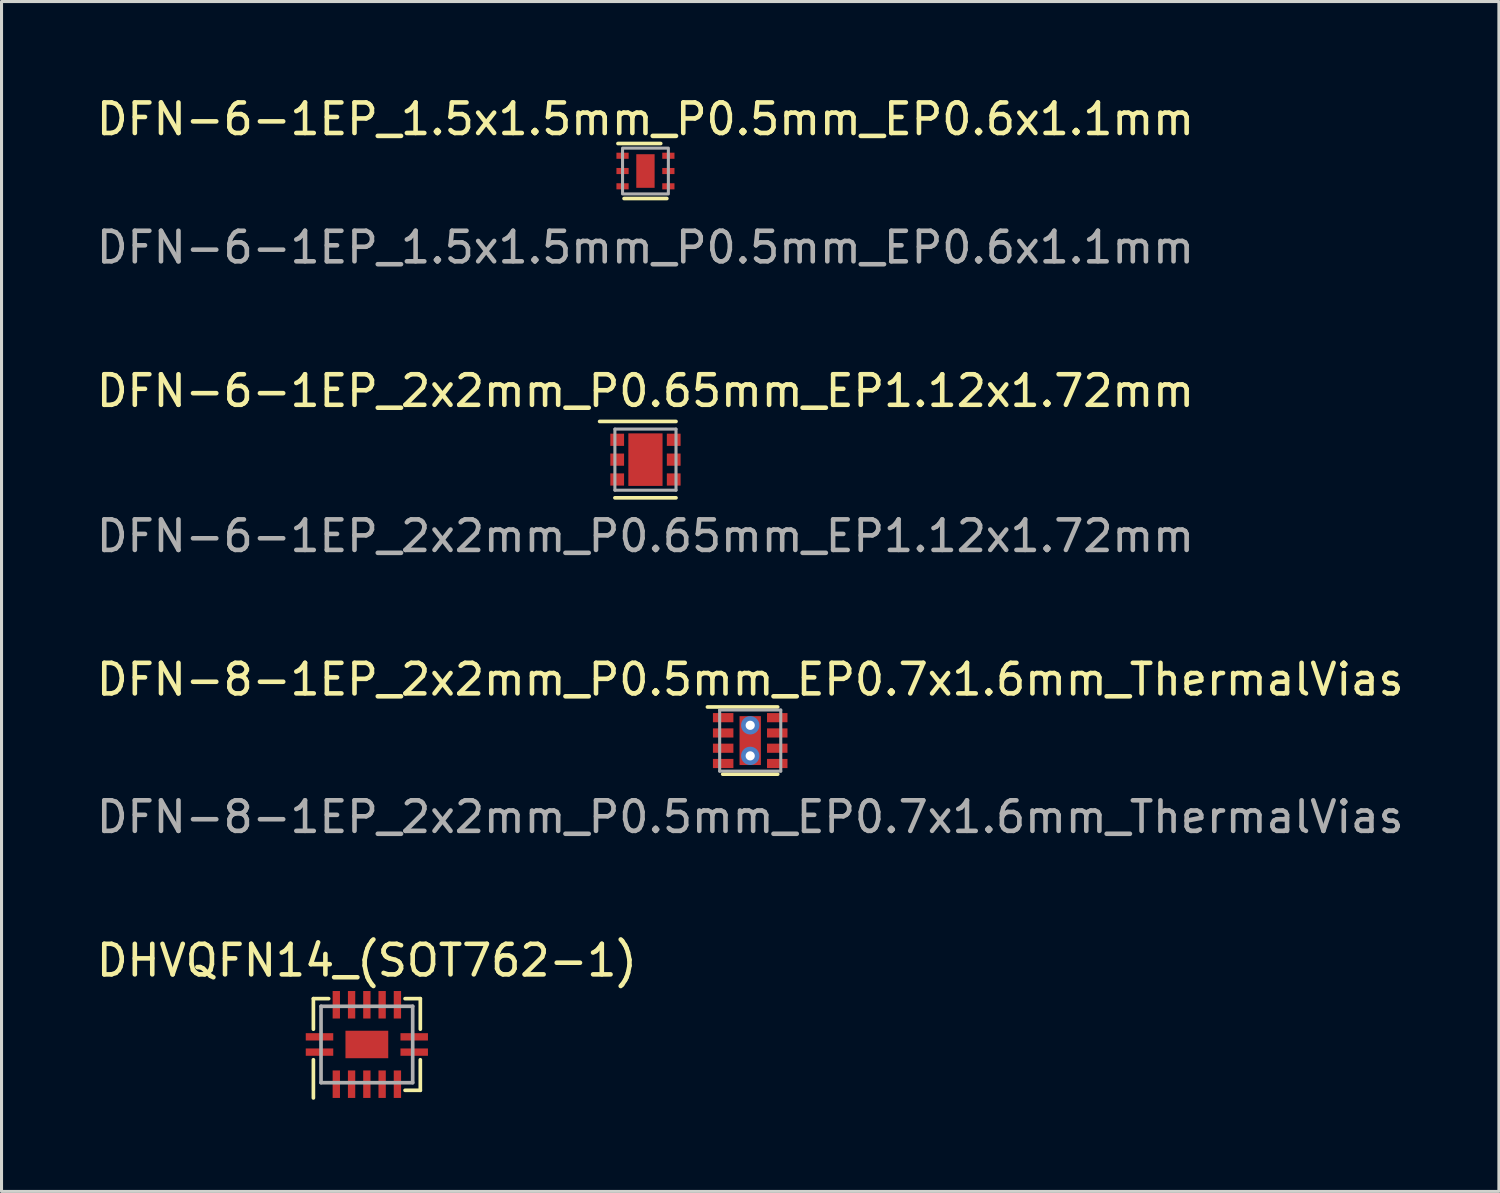
<source format=kicad_pcb>
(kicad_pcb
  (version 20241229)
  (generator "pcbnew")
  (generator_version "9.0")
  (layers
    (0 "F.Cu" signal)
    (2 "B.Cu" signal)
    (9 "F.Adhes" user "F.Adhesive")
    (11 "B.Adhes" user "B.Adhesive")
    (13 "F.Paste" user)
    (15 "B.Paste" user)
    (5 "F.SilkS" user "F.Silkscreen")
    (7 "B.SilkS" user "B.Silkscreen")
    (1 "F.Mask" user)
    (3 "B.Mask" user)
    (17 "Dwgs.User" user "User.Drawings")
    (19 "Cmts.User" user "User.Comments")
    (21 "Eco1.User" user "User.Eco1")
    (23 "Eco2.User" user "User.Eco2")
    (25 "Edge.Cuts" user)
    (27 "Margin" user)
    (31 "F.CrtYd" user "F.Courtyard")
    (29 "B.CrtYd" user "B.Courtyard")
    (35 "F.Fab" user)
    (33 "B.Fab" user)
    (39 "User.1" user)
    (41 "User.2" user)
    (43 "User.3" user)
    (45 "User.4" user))
  (footprint "DFN-6-1EP_1.5x1.5mm_P0.5mm_EP0.6x1.1mm"
    (layer "F.Cu")
    (at 18.077 2.548)
    (property "Reference" "DFN-6-1EP_1.5x1.5mm_P0.5mm_EP0.6x1.1mm" (at 0 -1.7 0) (unlocked yes) (layer "F.SilkS") (effects (font (size 1 1) (thickness 0.15))))
    (attr smd)
    (fp_line (start -0.9 -0.9) (end 0.5 -0.9) (stroke (width 0.12) (type solid)) (layer "F.SilkS"))
    (fp_line (start -0.7 0.9) (end 0.7 0.9) (stroke (width 0.12) (type solid)) (layer "F.SilkS"))
    (fp_rect (start -0.75 -0.75) (end 0.75 0.75) (stroke (width 0.1) (type solid)) (fill no) (layer "F.Fab"))
    (fp_text user "${REFERENCE}" (at 0 2.5 0) (unlocked yes) (layer "F.Fab") (effects (font (size 1 1) (thickness 0.15))))
    (pad "1" smd rect (at -0.75 -0.5) (size 0.4 0.2) (layers "F.Cu" "F.Mask" "F.Paste"))
    (pad "2" smd rect (at -0.75 0) (size 0.4 0.2) (layers "F.Cu" "F.Mask" "F.Paste"))
    (pad "3" smd rect (at -0.75 0.5) (size 0.4 0.2) (layers "F.Cu" "F.Mask" "F.Paste"))
    (pad "4" smd rect (at 0.75 0.5) (size 0.4 0.2) (layers "F.Cu" "F.Mask" "F.Paste"))
    (pad "5" smd rect (at 0.75 0) (size 0.4 0.2) (layers "F.Cu" "F.Mask" "F.Paste"))
    (pad "6" smd rect (at 0.75 -0.5) (size 0.4 0.2) (layers "F.Cu" "F.Mask" "F.Paste"))
    (pad "7" smd rect (at 0 0) (size 0.6 1.1) (layers "F.Cu" "F.Mask" "F.Paste")))
  (footprint "DHVQFN14_(SOT762-1)"
    (layer "F.Cu")
    (at 8.958 31.138)
    (property "Reference" "DHVQFN14_(SOT762-1)" (at 0 -2.75 0) (layer "F.SilkS") (effects (font (size 1 1) (thickness 0.15))))
    (attr through_hole)
    (fp_line (start -1.75 -1.5) (end -1.75 -0.5) (stroke (width 0.12) (type solid)) (layer "F.SilkS"))
    (fp_line (start -1.75 0.5) (end -1.75 1.75) (stroke (width 0.12) (type solid)) (layer "F.SilkS"))
    (fp_line (start -1.25 -1.5) (end -1.75 -1.5) (stroke (width 0.12) (type solid)) (layer "F.SilkS"))
    (fp_line (start 1.25 -1.5) (end 1.75 -1.5) (stroke (width 0.12) (type solid)) (layer "F.SilkS"))
    (fp_line (start 1.25 1.5) (end 1.75 1.5) (stroke (width 0.12) (type solid)) (layer "F.SilkS"))
    (fp_line (start 1.75 -1.5) (end 1.75 -0.5) (stroke (width 0.12) (type solid)) (layer "F.SilkS"))
    (fp_line (start 1.75 1.5) (end 1.75 0.5) (stroke (width 0.12) (type solid)) (layer "F.SilkS"))
    (fp_line (start -1.5 -1.25) (end -1.5 1.25) (stroke (width 0.12) (type solid)) (layer "F.Fab"))
    (fp_line (start -1.5 1.25) (end 1.5 1.25) (stroke (width 0.12) (type solid)) (layer "F.Fab"))
    (fp_line (start 1.5 -1.25) (end -1.5 -1.25) (stroke (width 0.12) (type solid)) (layer "F.Fab"))
    (fp_line (start 1.5 1.25) (end 1.5 -1.25) (stroke (width 0.12) (type solid)) (layer "F.Fab"))
    (pad "1" smd rect (at -1.55 0.25) (size 0.9 0.24) (layers "F.Cu" "F.Mask" "F.Paste"))
    (pad "2" smd rect (at -1 1.3 90) (size 0.9 0.24) (layers "F.Cu" "F.Mask" "F.Paste"))
    (pad "3" smd rect (at -0.5 1.3 90) (size 0.9 0.24) (layers "F.Cu" "F.Mask" "F.Paste"))
    (pad "4" smd rect (at 0 1.3 90) (size 0.9 0.24) (layers "F.Cu" "F.Mask" "F.Paste"))
    (pad "5" smd rect (at 0.5 1.3 90) (size 0.9 0.24) (layers "F.Cu" "F.Mask" "F.Paste"))
    (pad "6" smd rect (at 1 1.3 90) (size 0.9 0.24) (layers "F.Cu" "F.Mask" "F.Paste"))
    (pad "7" smd rect (at 1.55 0.25) (size 0.9 0.24) (layers "F.Cu" "F.Mask" "F.Paste"))
    (pad "8" smd rect (at 1.55 -0.25) (size 0.9 0.24) (layers "F.Cu" "F.Mask" "F.Paste"))
    (pad "9" smd rect (at 1 -1.3 90) (size 0.9 0.24) (layers "F.Cu" "F.Mask" "F.Paste"))
    (pad "10" smd rect (at 0.5 -1.3 90) (size 0.9 0.24) (layers "F.Cu" "F.Mask" "F.Paste"))
    (pad "11" smd rect (at 0 -1.3 90) (size 0.9 0.24) (layers "F.Cu" "F.Mask" "F.Paste"))
    (pad "12" smd rect (at -0.5 -1.3 90) (size 0.9 0.24) (layers "F.Cu" "F.Mask" "F.Paste"))
    (pad "13" smd rect (at -1 -1.3 90) (size 0.9 0.24) (layers "F.Cu" "F.Mask" "F.Paste"))
    (pad "14" smd rect (at -1.55 -0.25) (size 0.9 0.24) (layers "F.Cu" "F.Mask" "F.Paste"))
    (pad "15" smd rect (at 0 0) (size 0.6 0.4) (layers "F.Cu" "F.Mask" "F.Paste"))
    (pad "15" smd rect (at 0 0) (size 1.4 0.9) (layers "F.Cu" "F.Mask")))
  (footprint "DFN-8-1EP_2x2mm_P0.5mm_EP0.7x1.6mm_ThermalVias"
    (layer "F.Cu")
    (at 21.506 21.191)
    (property "Reference" "DFN-8-1EP_2x2mm_P0.5mm_EP0.7x1.6mm_ThermalVias" (at 0 -2 0) (unlocked yes) (layer "F.SilkS") (effects (font (size 1 1) (thickness 0.15))))
    (attr smd)
    (fp_line (start -0.9 1.1) (end 0.9 1.1) (stroke (width 0.12) (type solid)) (layer "F.SilkS"))
    (fp_line (start 0.9 -1.1) (end -1.4 -1.1) (stroke (width 0.12) (type solid)) (layer "F.SilkS"))
    (fp_line (start -1 -1) (end 1 -1) (stroke (width 0.1) (type solid)) (layer "F.Fab"))
    (fp_line (start -1 1) (end -1 -1) (stroke (width 0.1) (type solid)) (layer "F.Fab"))
    (fp_line (start 1 -1) (end 1 1) (stroke (width 0.1) (type solid)) (layer "F.Fab"))
    (fp_line (start 1 1) (end -1 1) (stroke (width 0.1) (type solid)) (layer "F.Fab"))
    (fp_text user "${REFERENCE}" (at 0 2.5 0) (unlocked yes) (layer "F.Fab") (effects (font (size 1 1) (thickness 0.15))))
    (pad "1" smd rect (at -0.885 -0.75) (size 0.67 0.3) (layers "F.Cu" "F.Mask" "F.Paste"))
    (pad "2" smd rect (at -0.885 -0.25) (size 0.67 0.3) (layers "F.Cu" "F.Mask" "F.Paste"))
    (pad "3" smd rect (at -0.885 0.25) (size 0.67 0.3) (layers "F.Cu" "F.Mask" "F.Paste"))
    (pad "4" smd rect (at -0.885 0.75) (size 0.67 0.3) (layers "F.Cu" "F.Mask" "F.Paste"))
    (pad "5" smd rect (at 0.885 0.75) (size 0.67 0.3) (layers "F.Cu" "F.Mask" "F.Paste"))
    (pad "6" smd rect (at 0.885 0.25) (size 0.67 0.3) (layers "F.Cu" "F.Mask" "F.Paste"))
    (pad "7" smd rect (at 0.885 -0.25) (size 0.67 0.3) (layers "F.Cu" "F.Mask" "F.Paste"))
    (pad "8" smd rect (at 0.885 -0.75) (size 0.67 0.3) (layers "F.Cu" "F.Mask" "F.Paste"))
    (pad "9" thru_hole circle (at 0 -0.5) (size 0.6 0.6) (drill 0.3) (layers "*.Cu" "F.Mask"))
    (pad "9" smd rect (at 0 0) (size 0.7 1.6) (layers "F.Cu" "F.Mask" "F.Paste"))
    (pad "9" thru_hole circle (at 0 0.5) (size 0.6 0.6) (drill 0.3) (layers "*.Cu" "F.Mask")))
  (footprint "DFN-6-1EP_2x2mm_P0.65mm_EP1.12x1.72mm"
    (layer "F.Cu")
    (at 18.077 11.995)
    (property "Reference" "DFN-6-1EP_2x2mm_P0.65mm_EP1.12x1.72mm" (at 0 -2.25 0) (unlocked yes) (layer "F.SilkS") (effects (font (size 1 1) (thickness 0.15))))
    (attr smd)
    (fp_line (start -1.5 -1.25) (end 1 -1.25) (stroke (width 0.12) (type solid)) (layer "F.SilkS"))
    (fp_line (start -1 1.25) (end 1 1.25) (stroke (width 0.12) (type solid)) (layer "F.SilkS"))
    (fp_line (start -1 -1) (end 1 -1) (stroke (width 0.1) (type solid)) (layer "F.Fab"))
    (fp_line (start -1 1) (end -1 -1) (stroke (width 0.1) (type solid)) (layer "F.Fab"))
    (fp_line (start 1 -1) (end 1 1) (stroke (width 0.1) (type solid)) (layer "F.Fab"))
    (fp_line (start 1 1) (end -1 1) (stroke (width 0.1) (type solid)) (layer "F.Fab"))
    (fp_text user "${REFERENCE}" (at 0 2.5 0) (unlocked yes) (layer "F.Fab") (effects (font (size 1 1) (thickness 0.15))))
    (pad "1" smd rect (at -0.925 -0.65) (size 0.45 0.4) (layers "F.Cu" "F.Mask" "F.Paste"))
    (pad "2" smd rect (at -0.925 0) (size 0.45 0.4) (layers "F.Cu" "F.Mask" "F.Paste"))
    (pad "3" smd rect (at -0.925 0.65) (size 0.45 0.4) (layers "F.Cu" "F.Mask" "F.Paste"))
    (pad "4" smd rect (at 0.925 0.65) (size 0.45 0.4) (layers "F.Cu" "F.Mask" "F.Paste"))
    (pad "5" smd rect (at 0.925 0) (size 0.45 0.4) (layers "F.Cu" "F.Mask" "F.Paste"))
    (pad "6" smd rect (at 0.925 -0.65) (size 0.45 0.4) (layers "F.Cu" "F.Mask" "F.Paste"))
    (pad "7" smd rect (at 0 0) (size 1.12 1.72) (layers "F.Cu" "F.Mask" "F.Paste")))
  (gr_rect
    (start -3 -3)
    (end 46.012 35.948)
    (stroke (width 0.1) (type default))
    (fill no)
    (layer "Edge.Cuts")))
</source>
